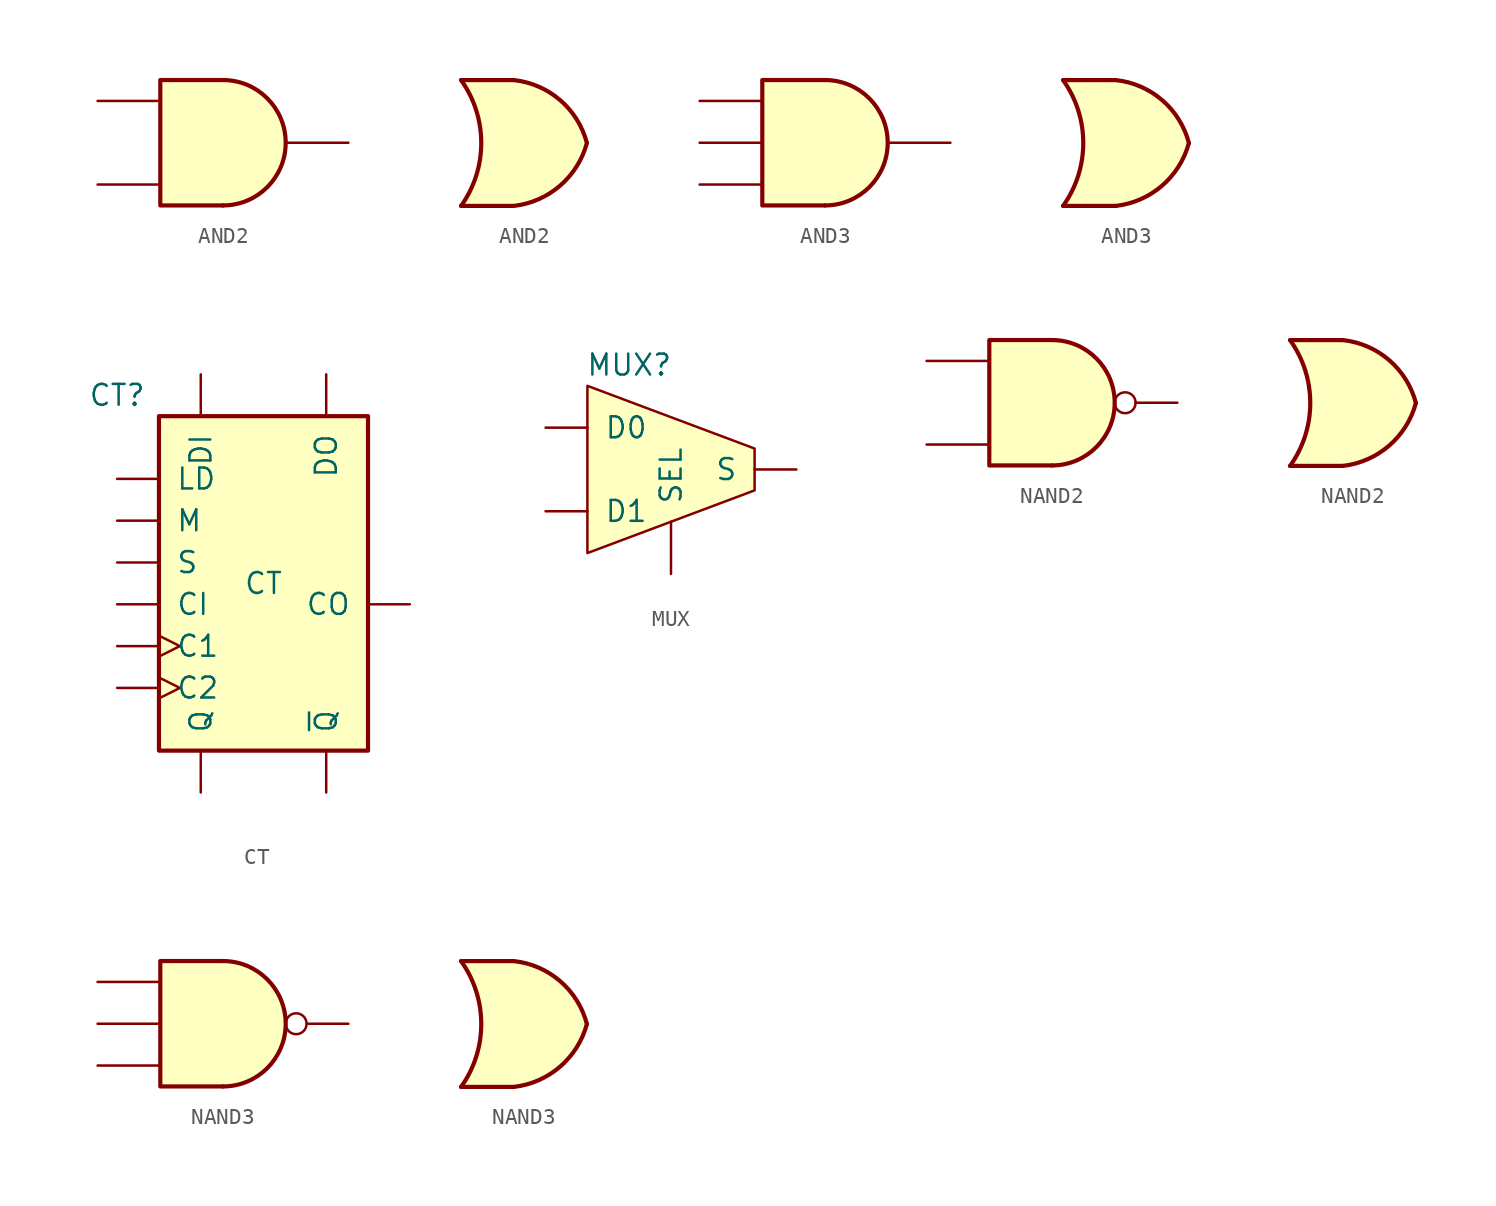
<source format=kicad_sym>
(kicad_symbol_lib
  (version 20211014)
  (generator kicad_symbol_editor)
  (symbol "AND2"
    (pin_numbers hide)
    (pin_names
      (offset 1.016))
    (property "Reference" "AND_"
      (at 0 0 0)
      (effects (font (size 1.27 1.27)) hide))
    (symbol "AND2_1_1"
      (arc (start 0 -3.81) (mid 3.81 0) (end 0 3.81) (stroke (width 0.254) (type default) (color 0 0 0 0)) (fill (type background)))
      (polyline (pts (xy 0 3.81) (xy -3.81 3.81) (xy -3.81 -3.81) (xy 0 -3.81)) (stroke (width 0.254) (type default) (color 0 0 0 0)) (fill (type background)))
      (pin output line (at 7.62 0 180) (length 3.81) (name "~" (effects (font (size 1.27 1.27)))) (number "1" (effects (font (size 1.27 1.27)))))
      (pin input line (at -7.62 2.54 0) (length 3.81) (name "~" (effects (font (size 1.27 1.27)))) (number "2" (effects (font (size 1.27 1.27)))))
      (pin input line (at -7.62 -2.54 0) (length 3.81) (name "~" (effects (font (size 1.27 1.27)))) (number "3" (effects (font (size 1.27 1.27))))))
    (symbol "AND2_1_2"
      (arc (start -3.81 -3.81) (mid -2.589 0) (end -3.81 3.81) (stroke (width 0.254) (type default) (color 0 0 0 0)) (fill (type none)))
      (arc (start -0.6096 -3.81) (mid 2.1855 -2.584) (end 3.81 0) (stroke (width 0.254) (type default) (color 0 0 0 0)) (fill (type background)))
      (polyline (pts (xy -3.81 -3.81) (xy -0.635 -3.81)) (stroke (width 0.254) (type default) (color 0 0 0 0)) (fill (type background)))
      (polyline (pts (xy -3.81 3.81) (xy -0.635 3.81)) (stroke (width 0.254) (type default) (color 0 0 0 0)) (fill (type background)))
      (polyline (pts (xy -0.635 3.81) (xy -3.81 3.81) (xy -3.81 3.81) (xy -3.556 3.404) (xy -3.023 2.261) (xy -2.692 1.041) (xy -2.616 -0.254) (xy -2.769 -1.499) (xy -3.175 -2.718) (xy -3.81 -3.81) (xy -3.81 -3.81) (xy -0.635 -3.81)) (stroke (width -25.4) (type default) (color 0 0 0 0)) (fill (type background)))
      (arc (start 3.81 0) (mid 2.1928 2.5925) (end -0.6096 3.81) (stroke (width 0.254) (type default) (color 0 0 0 0)) (fill (type background)))))
  (symbol "AND3"
    (pin_numbers hide)
    (pin_names
      (offset 1.016))
    (property "Reference" "AND_"
      (at 0 0 0)
      (effects (font (size 1.27 1.27)) hide))
    (symbol "AND3_1_1"
      (arc (start 0 -3.81) (mid 3.81 0) (end 0 3.81) (stroke (width 0.254) (type default) (color 0 0 0 0)) (fill (type background)))
      (polyline (pts (xy 0 3.81) (xy -3.81 3.81) (xy -3.81 -3.81) (xy 0 -3.81)) (stroke (width 0.254) (type default) (color 0 0 0 0)) (fill (type background)))
      (pin output line (at 7.62 0 180) (length 3.81) (name "~" (effects (font (size 1.27 1.27)))) (number "1" (effects (font (size 1.27 1.27)))))
      (pin input line (at -7.62 2.54 0) (length 3.81) (name "~" (effects (font (size 1.27 1.27)))) (number "2" (effects (font (size 1.27 1.27)))))
      (pin input line (at -7.62 0 0) (length 3.81) (name "~" (effects (font (size 1.27 1.27)))) (number "3" (effects (font (size 1.27 1.27)))))
      (pin input line (at -7.62 -2.54 0) (length 3.81) (name "~" (effects (font (size 1.27 1.27)))) (number "4" (effects (font (size 1.27 1.27))))))
    (symbol "AND3_1_2"
      (arc (start -3.81 -3.81) (mid -2.589 0) (end -3.81 3.81) (stroke (width 0.254) (type default) (color 0 0 0 0)) (fill (type none)))
      (arc (start -0.6096 -3.81) (mid 2.1855 -2.584) (end 3.81 0) (stroke (width 0.254) (type default) (color 0 0 0 0)) (fill (type background)))
      (polyline (pts (xy -3.81 -3.81) (xy -0.635 -3.81)) (stroke (width 0.254) (type default) (color 0 0 0 0)) (fill (type background)))
      (polyline (pts (xy -3.81 3.81) (xy -0.635 3.81)) (stroke (width 0.254) (type default) (color 0 0 0 0)) (fill (type background)))
      (polyline (pts (xy -0.635 3.81) (xy -3.81 3.81) (xy -3.81 3.81) (xy -3.556 3.404) (xy -3.023 2.261) (xy -2.692 1.041) (xy -2.616 -0.254) (xy -2.769 -1.499) (xy -3.175 -2.718) (xy -3.81 -3.81) (xy -3.81 -3.81) (xy -0.635 -3.81)) (stroke (width -25.4) (type default) (color 0 0 0 0)) (fill (type background)))
      (arc (start 3.81 0) (mid 2.1928 2.5925) (end -0.6096 3.81) (stroke (width 0.254) (type default) (color 0 0 0 0)) (fill (type background)))))
  (symbol "CT"
    (pin_numbers hide)
    (pin_names
      (offset 1.016))
    (property "Reference" "CT"
      (at -8.89 11.43 0)
      (effects (font (size 1.27 1.27))))
    (property "Value" "CT"
      (at 0 0 0)
      (effects (font (size 1.27 1.27))))
    (symbol "CT_1_1"
      (rectangle (start -6.35 10.16) (end 6.35 -10.16) (stroke (width 0.254) (type default) (color 0 0 0 0)) (fill (type background)))
      (pin input line (at -3.81 12.7 270) (length 2.54) (name "DI" (effects (font (size 1.27 1.27)))) (number "1" (effects (font (size 1.27 1.27)))))
      (pin output line (at -3.81 -12.7 90) (length 2.54) (name "Q" (effects (font (size 1.27 1.27)))) (number "10" (effects (font (size 1.27 1.27)))))
      (pin output line (at 3.81 -12.7 90) (length 2.54) (name "~{Q}" (effects (font (size 1.27 1.27)))) (number "11" (effects (font (size 1.27 1.27)))))
      (pin output line (at 3.81 12.7 270) (length 2.54) (name "DO" (effects (font (size 1.27 1.27)))) (number "2" (effects (font (size 1.27 1.27)))))
      (pin input line (at -8.89 6.35 0) (length 2.54) (name "LD" (effects (font (size 1.27 1.27)))) (number "3" (effects (font (size 1.27 1.27)))))
      (pin input line (at -8.89 3.81 0) (length 2.54) (name "M" (effects (font (size 1.27 1.27)))) (number "4" (effects (font (size 1.27 1.27)))))
      (pin input line (at -8.89 1.27 0) (length 2.54) (name "S" (effects (font (size 1.27 1.27)))) (number "5" (effects (font (size 1.27 1.27)))))
      (pin input line (at -8.89 -1.27 0) (length 2.54) (name "CI" (effects (font (size 1.27 1.27)))) (number "6" (effects (font (size 1.27 1.27)))))
      (pin input clock (at -8.89 -3.81 0) (length 2.54) (name "C1" (effects (font (size 1.27 1.27)))) (number "7" (effects (font (size 1.27 1.27)))))
      (pin input clock (at -8.89 -6.35 0) (length 2.54) (name "C2" (effects (font (size 1.27 1.27)))) (number "8" (effects (font (size 1.27 1.27)))))
      (pin output line (at 8.89 -1.27 180) (length 2.54) (name "CO" (effects (font (size 1.27 1.27)))) (number "9" (effects (font (size 1.27 1.27)))))))
  (symbol "MUX"
    (pin_numbers hide)
    (pin_names
      (offset 1.016))
    (property "Reference" "MUX"
      (at -2.54 6.35 0)
      (effects (font (size 1.27 1.27))))
    (symbol "MUX_0_1"
      (polyline (pts (xy 5.08 0) (xy 5.08 1.27) (xy -5.08 5.08) (xy -5.08 -5.08) (xy 5.08 -1.27) (xy 5.08 0)) (stroke (width 0) (type default) (color 0 0 0 0)) (fill (type background))))
    (symbol "MUX_1_1"
      (pin output line (at 7.62 0 180) (length 2.54) (name "S" (effects (font (size 1.27 1.27)))) (number "1" (effects (font (size 1.27 1.27)))))
      (pin input line (at 0 -6.35 90) (length 3.175) (name "SEL" (effects (font (size 1.27 1.27)))) (number "2" (effects (font (size 1.27 1.27)))))
      (pin input line (at -7.62 -2.54 0) (length 2.54) (name "D1" (effects (font (size 1.27 1.27)))) (number "3" (effects (font (size 1.27 1.27)))))
      (pin input line (at -7.62 2.54 0) (length 2.54) (name "D0" (effects (font (size 1.27 1.27)))) (number "4" (effects (font (size 1.27 1.27)))))))
  (symbol "NAND2"
    (pin_numbers hide)
    (pin_names
      (offset 1.016))
    (property "Reference" "NAND_"
      (at 0 0 0)
      (effects (font (size 1.27 1.27)) hide))
    (symbol "NAND2_1_1"
      (arc (start 0 -3.81) (mid 3.81 0) (end 0 3.81) (stroke (width 0.254) (type default) (color 0 0 0 0)) (fill (type background)))
      (polyline (pts (xy 0 3.81) (xy -3.81 3.81) (xy -3.81 -3.81) (xy 0 -3.81)) (stroke (width 0.254) (type default) (color 0 0 0 0)) (fill (type background)))
      (pin output inverted (at 7.62 0 180) (length 3.81) (name "~" (effects (font (size 1.27 1.27)))) (number "1" (effects (font (size 1.27 1.27)))))
      (pin input line (at -7.62 2.54 0) (length 3.81) (name "~" (effects (font (size 1.27 1.27)))) (number "2" (effects (font (size 1.27 1.27)))))
      (pin input line (at -7.62 -2.54 0) (length 3.81) (name "~" (effects (font (size 1.27 1.27)))) (number "3" (effects (font (size 1.27 1.27))))))
    (symbol "NAND2_1_2"
      (arc (start -3.81 -3.81) (mid -2.589 0) (end -3.81 3.81) (stroke (width 0.254) (type default) (color 0 0 0 0)) (fill (type none)))
      (arc (start -0.6096 -3.81) (mid 2.1855 -2.584) (end 3.81 0) (stroke (width 0.254) (type default) (color 0 0 0 0)) (fill (type background)))
      (polyline (pts (xy -3.81 -3.81) (xy -0.635 -3.81)) (stroke (width 0.254) (type default) (color 0 0 0 0)) (fill (type background)))
      (polyline (pts (xy -3.81 3.81) (xy -0.635 3.81)) (stroke (width 0.254) (type default) (color 0 0 0 0)) (fill (type background)))
      (polyline (pts (xy -0.635 3.81) (xy -3.81 3.81) (xy -3.81 3.81) (xy -3.556 3.404) (xy -3.023 2.261) (xy -2.692 1.041) (xy -2.616 -0.254) (xy -2.769 -1.499) (xy -3.175 -2.718) (xy -3.81 -3.81) (xy -3.81 -3.81) (xy -0.635 -3.81)) (stroke (width -25.4) (type default) (color 0 0 0 0)) (fill (type background)))
      (arc (start 3.81 0) (mid 2.1928 2.5925) (end -0.6096 3.81) (stroke (width 0.254) (type default) (color 0 0 0 0)) (fill (type background)))))
  (symbol "NAND3"
    (pin_numbers hide)
    (pin_names
      (offset 1.016))
    (property "Reference" "NAND_"
      (at 0 0 0)
      (effects (font (size 1.27 1.27)) hide))
    (symbol "NAND3_1_1"
      (arc (start 0 -3.81) (mid 3.81 0) (end 0 3.81) (stroke (width 0.254) (type default) (color 0 0 0 0)) (fill (type background)))
      (polyline (pts (xy 0 3.81) (xy -3.81 3.81) (xy -3.81 -3.81) (xy 0 -3.81)) (stroke (width 0.254) (type default) (color 0 0 0 0)) (fill (type background)))
      (pin output inverted (at 7.62 0 180) (length 3.81) (name "~" (effects (font (size 1.27 1.27)))) (number "1" (effects (font (size 1.27 1.27)))))
      (pin input line (at -7.62 2.54 0) (length 3.81) (name "~" (effects (font (size 1.27 1.27)))) (number "2" (effects (font (size 1.27 1.27)))))
      (pin input line (at -7.62 0 0) (length 3.81) (name "~" (effects (font (size 1.27 1.27)))) (number "3" (effects (font (size 1.27 1.27)))))
      (pin input line (at -7.62 -2.54 0) (length 3.81) (name "~" (effects (font (size 1.27 1.27)))) (number "4" (effects (font (size 1.27 1.27))))))
    (symbol "NAND3_1_2"
      (arc (start -3.81 -3.81) (mid -2.589 0) (end -3.81 3.81) (stroke (width 0.254) (type default) (color 0 0 0 0)) (fill (type none)))
      (arc (start -0.6096 -3.81) (mid 2.1855 -2.584) (end 3.81 0) (stroke (width 0.254) (type default) (color 0 0 0 0)) (fill (type background)))
      (polyline (pts (xy -3.81 -3.81) (xy -0.635 -3.81)) (stroke (width 0.254) (type default) (color 0 0 0 0)) (fill (type background)))
      (polyline (pts (xy -3.81 3.81) (xy -0.635 3.81)) (stroke (width 0.254) (type default) (color 0 0 0 0)) (fill (type background)))
      (polyline (pts (xy -0.635 3.81) (xy -3.81 3.81) (xy -3.81 3.81) (xy -3.556 3.404) (xy -3.023 2.261) (xy -2.692 1.041) (xy -2.616 -0.254) (xy -2.769 -1.499) (xy -3.175 -2.718) (xy -3.81 -3.81) (xy -3.81 -3.81) (xy -0.635 -3.81)) (stroke (width -25.4) (type default) (color 0 0 0 0)) (fill (type background)))
      (arc (start 3.81 0) (mid 2.1928 2.5925) (end -0.6096 3.81) (stroke (width 0.254) (type default) (color 0 0 0 0)) (fill (type background))))))
</source>
